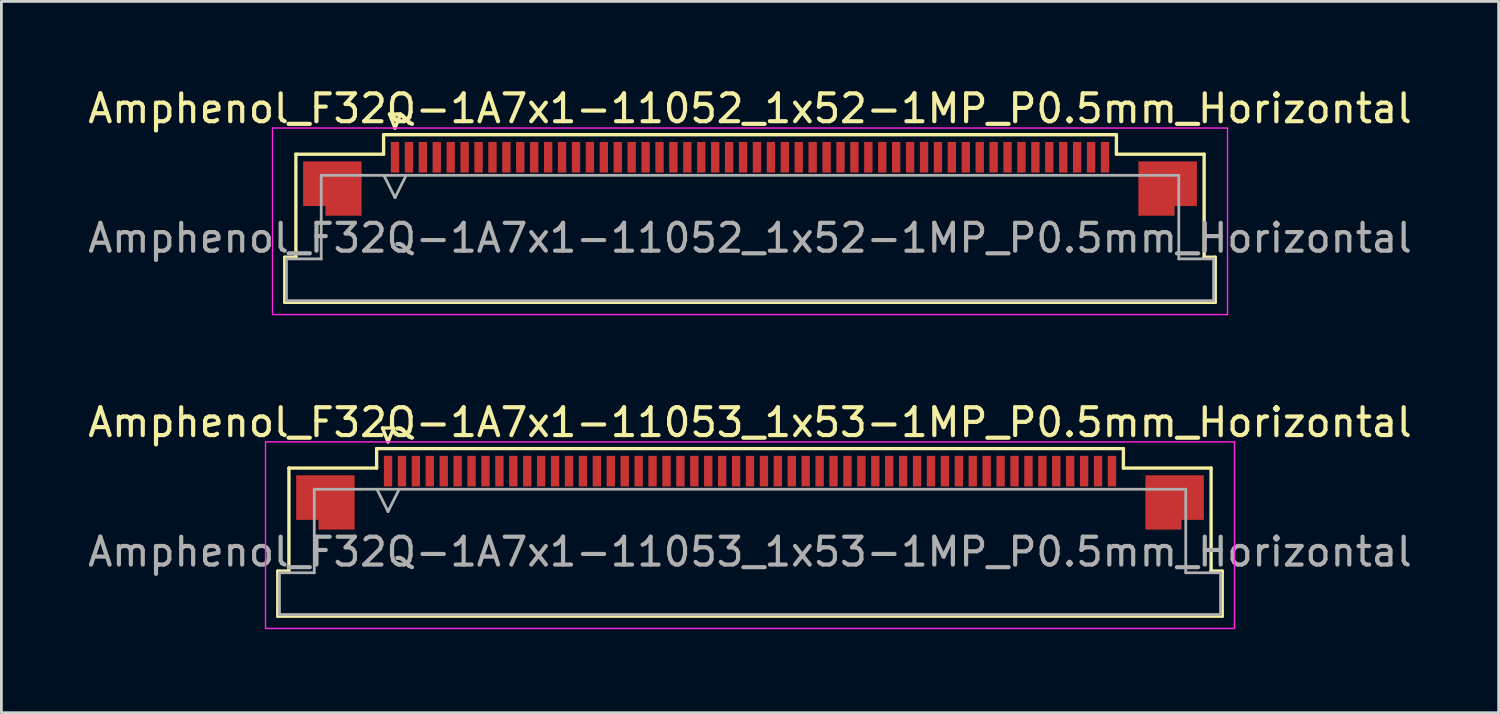
<source format=kicad_pcb>
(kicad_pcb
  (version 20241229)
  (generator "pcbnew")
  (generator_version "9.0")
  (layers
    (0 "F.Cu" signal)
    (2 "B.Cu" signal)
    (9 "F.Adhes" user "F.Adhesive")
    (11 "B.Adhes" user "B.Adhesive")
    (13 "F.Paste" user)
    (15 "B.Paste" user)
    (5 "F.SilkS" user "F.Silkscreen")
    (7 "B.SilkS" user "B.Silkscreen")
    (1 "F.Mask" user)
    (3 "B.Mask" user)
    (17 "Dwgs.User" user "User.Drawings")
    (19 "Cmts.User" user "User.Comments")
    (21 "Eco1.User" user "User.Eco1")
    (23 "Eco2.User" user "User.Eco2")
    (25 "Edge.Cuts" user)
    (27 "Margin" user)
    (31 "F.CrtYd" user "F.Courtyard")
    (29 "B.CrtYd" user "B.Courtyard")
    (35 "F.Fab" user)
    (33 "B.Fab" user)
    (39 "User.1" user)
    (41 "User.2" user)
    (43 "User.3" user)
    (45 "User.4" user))
  (footprint "Amphenol_F32Q-1A7x1-11052_1x52-1MP_P0.5mm_Horizontal"
    (layer "F.Cu")
    (at 23.887 5.498)
    (property "Reference" "Amphenol_F32Q-1A7x1-11052_1x52-1MP_P0.5mm_Horizontal" (at 0 -4.65 0) (layer "F.SilkS") (effects (font (size 1 1) (thickness 0.15))))
    (attr smd)
    (fp_line (start -16.71 0.69) (end -16.31 0.69) (stroke (width 0.12) (type solid)) (layer "F.SilkS"))
    (fp_line (start -16.71 2.31) (end -16.71 0.69) (stroke (width 0.12) (type solid)) (layer "F.SilkS"))
    (fp_line (start -16.31 -3.01) (end -13.16 -3.01) (stroke (width 0.12) (type solid)) (layer "F.SilkS"))
    (fp_line (start -16.31 0.69) (end -16.31 -3.01) (stroke (width 0.12) (type solid)) (layer "F.SilkS"))
    (fp_line (start -13.16 -3.71) (end 13.16 -3.71) (stroke (width 0.12) (type solid)) (layer "F.SilkS"))
    (fp_line (start -13.16 -3.01) (end -13.16 -3.71) (stroke (width 0.12) (type solid)) (layer "F.SilkS"))
    (fp_line (start -12.95 -4.45) (end -12.75 -3.95) (stroke (width 0.12) (type solid)) (layer "F.SilkS"))
    (fp_line (start -12.75 -3.95) (end -12.55 -4.45) (stroke (width 0.12) (type solid)) (layer "F.SilkS"))
    (fp_line (start -12.55 -4.45) (end -12.95 -4.45) (stroke (width 0.12) (type solid)) (layer "F.SilkS"))
    (fp_line (start 13.16 -3.71) (end 13.16 -3.01) (stroke (width 0.12) (type solid)) (layer "F.SilkS"))
    (fp_line (start 13.16 -3.01) (end 16.31 -3.01) (stroke (width 0.12) (type solid)) (layer "F.SilkS"))
    (fp_line (start 16.31 -3.01) (end 16.31 0.69) (stroke (width 0.12) (type solid)) (layer "F.SilkS"))
    (fp_line (start 16.31 0.69) (end 16.71 0.69) (stroke (width 0.12) (type solid)) (layer "F.SilkS"))
    (fp_line (start 16.71 0.69) (end 16.71 2.31) (stroke (width 0.12) (type solid)) (layer "F.SilkS"))
    (fp_line (start 16.71 2.31) (end -16.71 2.31) (stroke (width 0.12) (type solid)) (layer "F.SilkS"))
    (fp_line (start -17.15 -3.95) (end -17.15 2.75) (stroke (width 0.05) (type solid)) (layer "F.CrtYd"))
    (fp_line (start -17.15 2.75) (end 17.15 2.75) (stroke (width 0.05) (type solid)) (layer "F.CrtYd"))
    (fp_line (start 17.15 -3.95) (end -17.15 -3.95) (stroke (width 0.05) (type solid)) (layer "F.CrtYd"))
    (fp_line (start 17.15 2.75) (end 17.15 -3.95) (stroke (width 0.05) (type solid)) (layer "F.CrtYd"))
    (fp_line (start -16.65 0.75) (end -15.4 0.75) (stroke (width 0.1) (type solid)) (layer "F.Fab"))
    (fp_line (start -16.65 2.25) (end -16.65 0.75) (stroke (width 0.1) (type solid)) (layer "F.Fab"))
    (fp_line (start -15.4 -2.25) (end 15.4 -2.25) (stroke (width 0.1) (type solid)) (layer "F.Fab"))
    (fp_line (start -15.4 0.75) (end -15.4 -2.25) (stroke (width 0.1) (type solid)) (layer "F.Fab"))
    (fp_line (start -13.15 -2.25) (end -12.75 -1.45) (stroke (width 0.1) (type solid)) (layer "F.Fab"))
    (fp_line (start -12.75 -1.45) (end -12.35 -2.25) (stroke (width 0.1) (type solid)) (layer "F.Fab"))
    (fp_line (start 15.4 -2.25) (end 15.4 0.75) (stroke (width 0.1) (type solid)) (layer "F.Fab"))
    (fp_line (start 15.4 0.75) (end 16.65 0.75) (stroke (width 0.1) (type solid)) (layer "F.Fab"))
    (fp_line (start 16.65 0.75) (end 16.65 2.25) (stroke (width 0.1) (type solid)) (layer "F.Fab"))
    (fp_line (start 16.65 2.25) (end -16.65 2.25) (stroke (width 0.1) (type solid)) (layer "F.Fab"))
    (fp_text user "${REFERENCE}" (at 0 0 0) (layer "F.Fab") (effects (font (size 1 1) (thickness 0.15))))
    (pad "1" smd rect (at -12.75 -2.9) (size 0.3 1.1) (layers "F.Cu" "F.Mask" "F.Paste"))
    (pad "2" smd rect (at -12.25 -2.9) (size 0.3 1.1) (layers "F.Cu" "F.Mask" "F.Paste"))
    (pad "3" smd rect (at -11.75 -2.9) (size 0.3 1.1) (layers "F.Cu" "F.Mask" "F.Paste"))
    (pad "4" smd rect (at -11.25 -2.9) (size 0.3 1.1) (layers "F.Cu" "F.Mask" "F.Paste"))
    (pad "5" smd rect (at -10.75 -2.9) (size 0.3 1.1) (layers "F.Cu" "F.Mask" "F.Paste"))
    (pad "6" smd rect (at -10.25 -2.9) (size 0.3 1.1) (layers "F.Cu" "F.Mask" "F.Paste"))
    (pad "7" smd rect (at -9.75 -2.9) (size 0.3 1.1) (layers "F.Cu" "F.Mask" "F.Paste"))
    (pad "8" smd rect (at -9.25 -2.9) (size 0.3 1.1) (layers "F.Cu" "F.Mask" "F.Paste"))
    (pad "9" smd rect (at -8.75 -2.9) (size 0.3 1.1) (layers "F.Cu" "F.Mask" "F.Paste"))
    (pad "10" smd rect (at -8.25 -2.9) (size 0.3 1.1) (layers "F.Cu" "F.Mask" "F.Paste"))
    (pad "11" smd rect (at -7.75 -2.9) (size 0.3 1.1) (layers "F.Cu" "F.Mask" "F.Paste"))
    (pad "12" smd rect (at -7.25 -2.9) (size 0.3 1.1) (layers "F.Cu" "F.Mask" "F.Paste"))
    (pad "13" smd rect (at -6.75 -2.9) (size 0.3 1.1) (layers "F.Cu" "F.Mask" "F.Paste"))
    (pad "14" smd rect (at -6.25 -2.9) (size 0.3 1.1) (layers "F.Cu" "F.Mask" "F.Paste"))
    (pad "15" smd rect (at -5.75 -2.9) (size 0.3 1.1) (layers "F.Cu" "F.Mask" "F.Paste"))
    (pad "16" smd rect (at -5.25 -2.9) (size 0.3 1.1) (layers "F.Cu" "F.Mask" "F.Paste"))
    (pad "17" smd rect (at -4.75 -2.9) (size 0.3 1.1) (layers "F.Cu" "F.Mask" "F.Paste"))
    (pad "18" smd rect (at -4.25 -2.9) (size 0.3 1.1) (layers "F.Cu" "F.Mask" "F.Paste"))
    (pad "19" smd rect (at -3.75 -2.9) (size 0.3 1.1) (layers "F.Cu" "F.Mask" "F.Paste"))
    (pad "20" smd rect (at -3.25 -2.9) (size 0.3 1.1) (layers "F.Cu" "F.Mask" "F.Paste"))
    (pad "21" smd rect (at -2.75 -2.9) (size 0.3 1.1) (layers "F.Cu" "F.Mask" "F.Paste"))
    (pad "22" smd rect (at -2.25 -2.9) (size 0.3 1.1) (layers "F.Cu" "F.Mask" "F.Paste"))
    (pad "23" smd rect (at -1.75 -2.9) (size 0.3 1.1) (layers "F.Cu" "F.Mask" "F.Paste"))
    (pad "24" smd rect (at -1.25 -2.9) (size 0.3 1.1) (layers "F.Cu" "F.Mask" "F.Paste"))
    (pad "25" smd rect (at -0.75 -2.9) (size 0.3 1.1) (layers "F.Cu" "F.Mask" "F.Paste"))
    (pad "26" smd rect (at -0.25 -2.9) (size 0.3 1.1) (layers "F.Cu" "F.Mask" "F.Paste"))
    (pad "27" smd rect (at 0.25 -2.9) (size 0.3 1.1) (layers "F.Cu" "F.Mask" "F.Paste"))
    (pad "28" smd rect (at 0.75 -2.9) (size 0.3 1.1) (layers "F.Cu" "F.Mask" "F.Paste"))
    (pad "29" smd rect (at 1.25 -2.9) (size 0.3 1.1) (layers "F.Cu" "F.Mask" "F.Paste"))
    (pad "30" smd rect (at 1.75 -2.9) (size 0.3 1.1) (layers "F.Cu" "F.Mask" "F.Paste"))
    (pad "31" smd rect (at 2.25 -2.9) (size 0.3 1.1) (layers "F.Cu" "F.Mask" "F.Paste"))
    (pad "32" smd rect (at 2.75 -2.9) (size 0.3 1.1) (layers "F.Cu" "F.Mask" "F.Paste"))
    (pad "33" smd rect (at 3.25 -2.9) (size 0.3 1.1) (layers "F.Cu" "F.Mask" "F.Paste"))
    (pad "34" smd rect (at 3.75 -2.9) (size 0.3 1.1) (layers "F.Cu" "F.Mask" "F.Paste"))
    (pad "35" smd rect (at 4.25 -2.9) (size 0.3 1.1) (layers "F.Cu" "F.Mask" "F.Paste"))
    (pad "36" smd rect (at 4.75 -2.9) (size 0.3 1.1) (layers "F.Cu" "F.Mask" "F.Paste"))
    (pad "37" smd rect (at 5.25 -2.9) (size 0.3 1.1) (layers "F.Cu" "F.Mask" "F.Paste"))
    (pad "38" smd rect (at 5.75 -2.9) (size 0.3 1.1) (layers "F.Cu" "F.Mask" "F.Paste"))
    (pad "39" smd rect (at 6.25 -2.9) (size 0.3 1.1) (layers "F.Cu" "F.Mask" "F.Paste"))
    (pad "40" smd rect (at 6.75 -2.9) (size 0.3 1.1) (layers "F.Cu" "F.Mask" "F.Paste"))
    (pad "41" smd rect (at 7.25 -2.9) (size 0.3 1.1) (layers "F.Cu" "F.Mask" "F.Paste"))
    (pad "42" smd rect (at 7.75 -2.9) (size 0.3 1.1) (layers "F.Cu" "F.Mask" "F.Paste"))
    (pad "43" smd rect (at 8.25 -2.9) (size 0.3 1.1) (layers "F.Cu" "F.Mask" "F.Paste"))
    (pad "44" smd rect (at 8.75 -2.9) (size 0.3 1.1) (layers "F.Cu" "F.Mask" "F.Paste"))
    (pad "45" smd rect (at 9.25 -2.9) (size 0.3 1.1) (layers "F.Cu" "F.Mask" "F.Paste"))
    (pad "46" smd rect (at 9.75 -2.9) (size 0.3 1.1) (layers "F.Cu" "F.Mask" "F.Paste"))
    (pad "47" smd rect (at 10.25 -2.9) (size 0.3 1.1) (layers "F.Cu" "F.Mask" "F.Paste"))
    (pad "48" smd rect (at 10.75 -2.9) (size 0.3 1.1) (layers "F.Cu" "F.Mask" "F.Paste"))
    (pad "49" smd rect (at 11.25 -2.9) (size 0.3 1.1) (layers "F.Cu" "F.Mask" "F.Paste"))
    (pad "50" smd rect (at 11.75 -2.9) (size 0.3 1.1) (layers "F.Cu" "F.Mask" "F.Paste"))
    (pad "51" smd rect (at 12.25 -2.9) (size 0.3 1.1) (layers "F.Cu" "F.Mask" "F.Paste"))
    (pad "52" smd rect (at 12.75 -2.9) (size 0.3 1.1) (layers "F.Cu" "F.Mask" "F.Paste"))
    (pad "MP" smd custom (at -15 -1.775) (size 1 1) (layers "F.Cu" "F.Mask" "F.Paste") (options (anchor circle)) (primitives (gr_poly (pts (xy 1.05 -0.975) (xy 1.05 0.975) (xy -0.25 0.975) (xy -0.25 0.625) (xy -1.05 0.625) (xy -1.05 -0.975) (xy 1.05 -0.975)) (width 0) (fill yes))))
    (pad "MP" smd custom (at 15 -1.775) (size 1 1) (layers "F.Cu" "F.Mask" "F.Paste") (options (anchor circle)) (primitives (gr_poly (pts (xy -1.05 -0.975) (xy -1.05 0.975) (xy 0.25 0.975) (xy 0.25 0.625) (xy 1.05 0.625) (xy 1.05 -0.975) (xy -1.05 -0.975)) (width 0) (fill yes)))))
  (footprint "Amphenol_F32Q-1A7x1-11053_1x53-1MP_P0.5mm_Horizontal"
    (layer "F.Cu")
    (at 23.887 16.771)
    (property "Reference" "Amphenol_F32Q-1A7x1-11053_1x53-1MP_P0.5mm_Horizontal" (at 0 -4.65 0) (layer "F.SilkS") (effects (font (size 1 1) (thickness 0.15))))
    (attr smd)
    (fp_line (start -16.96 0.69) (end -16.56 0.69) (stroke (width 0.12) (type solid)) (layer "F.SilkS"))
    (fp_line (start -16.96 2.31) (end -16.96 0.69) (stroke (width 0.12) (type solid)) (layer "F.SilkS"))
    (fp_line (start -16.56 -3.01) (end -13.41 -3.01) (stroke (width 0.12) (type solid)) (layer "F.SilkS"))
    (fp_line (start -16.56 0.69) (end -16.56 -3.01) (stroke (width 0.12) (type solid)) (layer "F.SilkS"))
    (fp_line (start -13.41 -3.71) (end 13.41 -3.71) (stroke (width 0.12) (type solid)) (layer "F.SilkS"))
    (fp_line (start -13.41 -3.01) (end -13.41 -3.71) (stroke (width 0.12) (type solid)) (layer "F.SilkS"))
    (fp_line (start -13.2 -4.45) (end -13 -3.95) (stroke (width 0.12) (type solid)) (layer "F.SilkS"))
    (fp_line (start -13 -3.95) (end -12.8 -4.45) (stroke (width 0.12) (type solid)) (layer "F.SilkS"))
    (fp_line (start -12.8 -4.45) (end -13.2 -4.45) (stroke (width 0.12) (type solid)) (layer "F.SilkS"))
    (fp_line (start 13.41 -3.71) (end 13.41 -3.01) (stroke (width 0.12) (type solid)) (layer "F.SilkS"))
    (fp_line (start 13.41 -3.01) (end 16.56 -3.01) (stroke (width 0.12) (type solid)) (layer "F.SilkS"))
    (fp_line (start 16.56 -3.01) (end 16.56 0.69) (stroke (width 0.12) (type solid)) (layer "F.SilkS"))
    (fp_line (start 16.56 0.69) (end 16.96 0.69) (stroke (width 0.12) (type solid)) (layer "F.SilkS"))
    (fp_line (start 16.96 0.69) (end 16.96 2.31) (stroke (width 0.12) (type solid)) (layer "F.SilkS"))
    (fp_line (start 16.96 2.31) (end -16.96 2.31) (stroke (width 0.12) (type solid)) (layer "F.SilkS"))
    (fp_line (start -17.4 -3.95) (end -17.4 2.75) (stroke (width 0.05) (type solid)) (layer "F.CrtYd"))
    (fp_line (start -17.4 2.75) (end 17.4 2.75) (stroke (width 0.05) (type solid)) (layer "F.CrtYd"))
    (fp_line (start 17.4 -3.95) (end -17.4 -3.95) (stroke (width 0.05) (type solid)) (layer "F.CrtYd"))
    (fp_line (start 17.4 2.75) (end 17.4 -3.95) (stroke (width 0.05) (type solid)) (layer "F.CrtYd"))
    (fp_line (start -16.9 0.75) (end -15.65 0.75) (stroke (width 0.1) (type solid)) (layer "F.Fab"))
    (fp_line (start -16.9 2.25) (end -16.9 0.75) (stroke (width 0.1) (type solid)) (layer "F.Fab"))
    (fp_line (start -15.65 -2.25) (end 15.65 -2.25) (stroke (width 0.1) (type solid)) (layer "F.Fab"))
    (fp_line (start -15.65 0.75) (end -15.65 -2.25) (stroke (width 0.1) (type solid)) (layer "F.Fab"))
    (fp_line (start -13.4 -2.25) (end -13 -1.45) (stroke (width 0.1) (type solid)) (layer "F.Fab"))
    (fp_line (start -13 -1.45) (end -12.6 -2.25) (stroke (width 0.1) (type solid)) (layer "F.Fab"))
    (fp_line (start 15.65 -2.25) (end 15.65 0.75) (stroke (width 0.1) (type solid)) (layer "F.Fab"))
    (fp_line (start 15.65 0.75) (end 16.9 0.75) (stroke (width 0.1) (type solid)) (layer "F.Fab"))
    (fp_line (start 16.9 0.75) (end 16.9 2.25) (stroke (width 0.1) (type solid)) (layer "F.Fab"))
    (fp_line (start 16.9 2.25) (end -16.9 2.25) (stroke (width 0.1) (type solid)) (layer "F.Fab"))
    (fp_text user "${REFERENCE}" (at 0 0 0) (layer "F.Fab") (effects (font (size 1 1) (thickness 0.15))))
    (pad "1" smd rect (at -13 -2.9) (size 0.3 1.1) (layers "F.Cu" "F.Mask" "F.Paste"))
    (pad "2" smd rect (at -12.5 -2.9) (size 0.3 1.1) (layers "F.Cu" "F.Mask" "F.Paste"))
    (pad "3" smd rect (at -12 -2.9) (size 0.3 1.1) (layers "F.Cu" "F.Mask" "F.Paste"))
    (pad "4" smd rect (at -11.5 -2.9) (size 0.3 1.1) (layers "F.Cu" "F.Mask" "F.Paste"))
    (pad "5" smd rect (at -11 -2.9) (size 0.3 1.1) (layers "F.Cu" "F.Mask" "F.Paste"))
    (pad "6" smd rect (at -10.5 -2.9) (size 0.3 1.1) (layers "F.Cu" "F.Mask" "F.Paste"))
    (pad "7" smd rect (at -10 -2.9) (size 0.3 1.1) (layers "F.Cu" "F.Mask" "F.Paste"))
    (pad "8" smd rect (at -9.5 -2.9) (size 0.3 1.1) (layers "F.Cu" "F.Mask" "F.Paste"))
    (pad "9" smd rect (at -9 -2.9) (size 0.3 1.1) (layers "F.Cu" "F.Mask" "F.Paste"))
    (pad "10" smd rect (at -8.5 -2.9) (size 0.3 1.1) (layers "F.Cu" "F.Mask" "F.Paste"))
    (pad "11" smd rect (at -8 -2.9) (size 0.3 1.1) (layers "F.Cu" "F.Mask" "F.Paste"))
    (pad "12" smd rect (at -7.5 -2.9) (size 0.3 1.1) (layers "F.Cu" "F.Mask" "F.Paste"))
    (pad "13" smd rect (at -7 -2.9) (size 0.3 1.1) (layers "F.Cu" "F.Mask" "F.Paste"))
    (pad "14" smd rect (at -6.5 -2.9) (size 0.3 1.1) (layers "F.Cu" "F.Mask" "F.Paste"))
    (pad "15" smd rect (at -6 -2.9) (size 0.3 1.1) (layers "F.Cu" "F.Mask" "F.Paste"))
    (pad "16" smd rect (at -5.5 -2.9) (size 0.3 1.1) (layers "F.Cu" "F.Mask" "F.Paste"))
    (pad "17" smd rect (at -5 -2.9) (size 0.3 1.1) (layers "F.Cu" "F.Mask" "F.Paste"))
    (pad "18" smd rect (at -4.5 -2.9) (size 0.3 1.1) (layers "F.Cu" "F.Mask" "F.Paste"))
    (pad "19" smd rect (at -4 -2.9) (size 0.3 1.1) (layers "F.Cu" "F.Mask" "F.Paste"))
    (pad "20" smd rect (at -3.5 -2.9) (size 0.3 1.1) (layers "F.Cu" "F.Mask" "F.Paste"))
    (pad "21" smd rect (at -3 -2.9) (size 0.3 1.1) (layers "F.Cu" "F.Mask" "F.Paste"))
    (pad "22" smd rect (at -2.5 -2.9) (size 0.3 1.1) (layers "F.Cu" "F.Mask" "F.Paste"))
    (pad "23" smd rect (at -2 -2.9) (size 0.3 1.1) (layers "F.Cu" "F.Mask" "F.Paste"))
    (pad "24" smd rect (at -1.5 -2.9) (size 0.3 1.1) (layers "F.Cu" "F.Mask" "F.Paste"))
    (pad "25" smd rect (at -1 -2.9) (size 0.3 1.1) (layers "F.Cu" "F.Mask" "F.Paste"))
    (pad "26" smd rect (at -0.5 -2.9) (size 0.3 1.1) (layers "F.Cu" "F.Mask" "F.Paste"))
    (pad "27" smd rect (at 0 -2.9) (size 0.3 1.1) (layers "F.Cu" "F.Mask" "F.Paste"))
    (pad "28" smd rect (at 0.5 -2.9) (size 0.3 1.1) (layers "F.Cu" "F.Mask" "F.Paste"))
    (pad "29" smd rect (at 1 -2.9) (size 0.3 1.1) (layers "F.Cu" "F.Mask" "F.Paste"))
    (pad "30" smd rect (at 1.5 -2.9) (size 0.3 1.1) (layers "F.Cu" "F.Mask" "F.Paste"))
    (pad "31" smd rect (at 2 -2.9) (size 0.3 1.1) (layers "F.Cu" "F.Mask" "F.Paste"))
    (pad "32" smd rect (at 2.5 -2.9) (size 0.3 1.1) (layers "F.Cu" "F.Mask" "F.Paste"))
    (pad "33" smd rect (at 3 -2.9) (size 0.3 1.1) (layers "F.Cu" "F.Mask" "F.Paste"))
    (pad "34" smd rect (at 3.5 -2.9) (size 0.3 1.1) (layers "F.Cu" "F.Mask" "F.Paste"))
    (pad "35" smd rect (at 4 -2.9) (size 0.3 1.1) (layers "F.Cu" "F.Mask" "F.Paste"))
    (pad "36" smd rect (at 4.5 -2.9) (size 0.3 1.1) (layers "F.Cu" "F.Mask" "F.Paste"))
    (pad "37" smd rect (at 5 -2.9) (size 0.3 1.1) (layers "F.Cu" "F.Mask" "F.Paste"))
    (pad "38" smd rect (at 5.5 -2.9) (size 0.3 1.1) (layers "F.Cu" "F.Mask" "F.Paste"))
    (pad "39" smd rect (at 6 -2.9) (size 0.3 1.1) (layers "F.Cu" "F.Mask" "F.Paste"))
    (pad "40" smd rect (at 6.5 -2.9) (size 0.3 1.1) (layers "F.Cu" "F.Mask" "F.Paste"))
    (pad "41" smd rect (at 7 -2.9) (size 0.3 1.1) (layers "F.Cu" "F.Mask" "F.Paste"))
    (pad "42" smd rect (at 7.5 -2.9) (size 0.3 1.1) (layers "F.Cu" "F.Mask" "F.Paste"))
    (pad "43" smd rect (at 8 -2.9) (size 0.3 1.1) (layers "F.Cu" "F.Mask" "F.Paste"))
    (pad "44" smd rect (at 8.5 -2.9) (size 0.3 1.1) (layers "F.Cu" "F.Mask" "F.Paste"))
    (pad "45" smd rect (at 9 -2.9) (size 0.3 1.1) (layers "F.Cu" "F.Mask" "F.Paste"))
    (pad "46" smd rect (at 9.5 -2.9) (size 0.3 1.1) (layers "F.Cu" "F.Mask" "F.Paste"))
    (pad "47" smd rect (at 10 -2.9) (size 0.3 1.1) (layers "F.Cu" "F.Mask" "F.Paste"))
    (pad "48" smd rect (at 10.5 -2.9) (size 0.3 1.1) (layers "F.Cu" "F.Mask" "F.Paste"))
    (pad "49" smd rect (at 11 -2.9) (size 0.3 1.1) (layers "F.Cu" "F.Mask" "F.Paste"))
    (pad "50" smd rect (at 11.5 -2.9) (size 0.3 1.1) (layers "F.Cu" "F.Mask" "F.Paste"))
    (pad "51" smd rect (at 12 -2.9) (size 0.3 1.1) (layers "F.Cu" "F.Mask" "F.Paste"))
    (pad "52" smd rect (at 12.5 -2.9) (size 0.3 1.1) (layers "F.Cu" "F.Mask" "F.Paste"))
    (pad "53" smd rect (at 13 -2.9) (size 0.3 1.1) (layers "F.Cu" "F.Mask" "F.Paste"))
    (pad "MP" smd custom (at -15.25 -1.775) (size 1 1) (layers "F.Cu" "F.Mask" "F.Paste") (options (anchor circle)) (primitives (gr_poly (pts (xy 1.05 -0.975) (xy 1.05 0.975) (xy -0.25 0.975) (xy -0.25 0.625) (xy -1.05 0.625) (xy -1.05 -0.975) (xy 1.05 -0.975)) (width 0) (fill yes))))
    (pad "MP" smd custom (at 15.25 -1.775) (size 1 1) (layers "F.Cu" "F.Mask" "F.Paste") (options (anchor circle)) (primitives (gr_poly (pts (xy -1.05 -0.975) (xy -1.05 0.975) (xy 0.25 0.975) (xy 0.25 0.625) (xy 1.05 0.625) (xy 1.05 -0.975) (xy -1.05 -0.975)) (width 0) (fill yes)))))
  (gr_rect
    (start -3 -3)
    (end 50.774 22.547)
    (stroke (width 0.1) (type default))
    (fill no)
    (layer "Edge.Cuts")))
</source>
